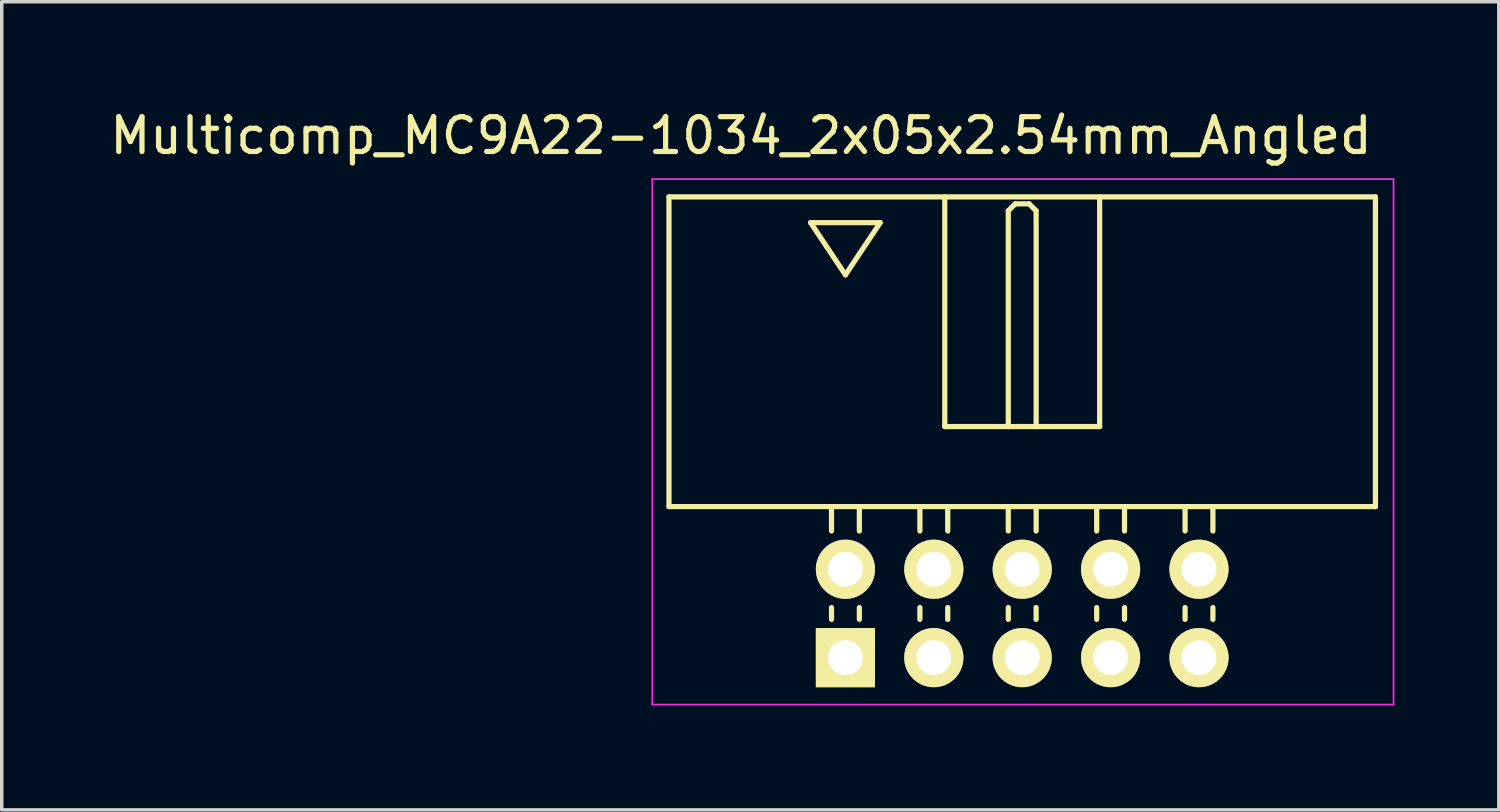
<source format=kicad_pcb>
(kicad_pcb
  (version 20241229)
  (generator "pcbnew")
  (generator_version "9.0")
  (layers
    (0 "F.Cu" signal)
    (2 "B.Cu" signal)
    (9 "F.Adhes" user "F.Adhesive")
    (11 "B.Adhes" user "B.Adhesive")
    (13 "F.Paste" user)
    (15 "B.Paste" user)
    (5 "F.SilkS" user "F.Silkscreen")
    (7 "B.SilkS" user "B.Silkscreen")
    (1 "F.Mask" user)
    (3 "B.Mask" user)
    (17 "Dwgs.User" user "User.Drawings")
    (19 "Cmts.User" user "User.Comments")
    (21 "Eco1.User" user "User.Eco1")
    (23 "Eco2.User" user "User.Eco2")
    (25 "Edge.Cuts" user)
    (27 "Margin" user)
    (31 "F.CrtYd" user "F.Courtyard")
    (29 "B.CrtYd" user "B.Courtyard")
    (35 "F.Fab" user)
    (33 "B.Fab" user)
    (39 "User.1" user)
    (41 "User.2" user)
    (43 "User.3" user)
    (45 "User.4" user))
  (footprint "Multicomp_MC9A22-1034_2x05x2.54mm_Angled"
    (layer "F.Cu")
    (at 21.244 15.848)
    (property "Reference" "Multicomp_MC9A22-1034_2x05x2.54mm_Angled" (at -3 -15 0) (layer "F.SilkS") (effects (font (size 1 1) (thickness 0.15))))
    (attr through_hole)
    (fp_line (start -5.07 -13.24) (end 15.23 -13.24) (stroke (width 0.15) (type solid)) (layer "F.SilkS"))
    (fp_line (start -5.07 -4.34) (end -5.07 -13.24) (stroke (width 0.15) (type solid)) (layer "F.SilkS"))
    (fp_line (start -1 -12.5) (end 1 -12.5) (stroke (width 0.15) (type solid)) (layer "F.SilkS"))
    (fp_line (start -0.4 -3.64) (end -0.4 -4.34) (stroke (width 0.15) (type solid)) (layer "F.SilkS"))
    (fp_line (start -0.4 -1.1) (end -0.4 -1.44) (stroke (width 0.15) (type solid)) (layer "F.SilkS"))
    (fp_line (start 0 -11) (end -1 -12.5) (stroke (width 0.15) (type solid)) (layer "F.SilkS"))
    (fp_line (start 0.4 -3.64) (end 0.4 -4.34) (stroke (width 0.15) (type solid)) (layer "F.SilkS"))
    (fp_line (start 0.4 -1.1) (end 0.4 -1.44) (stroke (width 0.15) (type solid)) (layer "F.SilkS"))
    (fp_line (start 1 -12.5) (end 0 -11) (stroke (width 0.15) (type solid)) (layer "F.SilkS"))
    (fp_line (start 2.14 -3.64) (end 2.14 -4.34) (stroke (width 0.15) (type solid)) (layer "F.SilkS"))
    (fp_line (start 2.14 -1.1) (end 2.14 -1.44) (stroke (width 0.15) (type solid)) (layer "F.SilkS"))
    (fp_line (start 2.855 -13.24) (end 2.855 -6.64) (stroke (width 0.15) (type solid)) (layer "F.SilkS"))
    (fp_line (start 2.855 -6.64) (end 7.305 -6.64) (stroke (width 0.15) (type solid)) (layer "F.SilkS"))
    (fp_line (start 2.94 -3.64) (end 2.94 -4.34) (stroke (width 0.15) (type solid)) (layer "F.SilkS"))
    (fp_line (start 2.94 -1.1) (end 2.94 -1.44) (stroke (width 0.15) (type solid)) (layer "F.SilkS"))
    (fp_line (start 4.68 -12.84) (end 4.88 -13.04) (stroke (width 0.15) (type solid)) (layer "F.SilkS"))
    (fp_line (start 4.68 -6.64) (end 4.68 -12.84) (stroke (width 0.15) (type solid)) (layer "F.SilkS"))
    (fp_line (start 4.68 -3.64) (end 4.68 -4.34) (stroke (width 0.15) (type solid)) (layer "F.SilkS"))
    (fp_line (start 4.68 -1.1) (end 4.68 -1.44) (stroke (width 0.15) (type solid)) (layer "F.SilkS"))
    (fp_line (start 4.88 -13.04) (end 5.28 -13.04) (stroke (width 0.15) (type solid)) (layer "F.SilkS"))
    (fp_line (start 5.28 -13.04) (end 5.48 -12.84) (stroke (width 0.15) (type solid)) (layer "F.SilkS"))
    (fp_line (start 5.48 -12.84) (end 5.48 -6.64) (stroke (width 0.15) (type solid)) (layer "F.SilkS"))
    (fp_line (start 5.48 -3.64) (end 5.48 -4.34) (stroke (width 0.15) (type solid)) (layer "F.SilkS"))
    (fp_line (start 5.48 -1.1) (end 5.48 -1.44) (stroke (width 0.15) (type solid)) (layer "F.SilkS"))
    (fp_line (start 7.22 -3.64) (end 7.22 -4.34) (stroke (width 0.15) (type solid)) (layer "F.SilkS"))
    (fp_line (start 7.22 -1.1) (end 7.22 -1.44) (stroke (width 0.15) (type solid)) (layer "F.SilkS"))
    (fp_line (start 7.305 -6.64) (end 7.305 -13.24) (stroke (width 0.15) (type solid)) (layer "F.SilkS"))
    (fp_line (start 8.02 -3.64) (end 8.02 -4.34) (stroke (width 0.15) (type solid)) (layer "F.SilkS"))
    (fp_line (start 8.02 -1.1) (end 8.02 -1.44) (stroke (width 0.15) (type solid)) (layer "F.SilkS"))
    (fp_line (start 9.76 -3.64) (end 9.76 -4.34) (stroke (width 0.15) (type solid)) (layer "F.SilkS"))
    (fp_line (start 9.76 -1.1) (end 9.76 -1.44) (stroke (width 0.15) (type solid)) (layer "F.SilkS"))
    (fp_line (start 10.56 -3.64) (end 10.56 -4.34) (stroke (width 0.15) (type solid)) (layer "F.SilkS"))
    (fp_line (start 10.56 -1.1) (end 10.56 -1.44) (stroke (width 0.15) (type solid)) (layer "F.SilkS"))
    (fp_line (start 15.23 -13.24) (end 15.23 -4.34) (stroke (width 0.15) (type solid)) (layer "F.SilkS"))
    (fp_line (start 15.23 -4.34) (end -5.07 -4.34) (stroke (width 0.15) (type solid)) (layer "F.SilkS"))
    (fp_line (start -5.55 -13.75) (end 15.75 -13.75) (stroke (width 0.05) (type solid)) (layer "F.CrtYd"))
    (fp_line (start -5.55 1.35) (end -5.55 -13.75) (stroke (width 0.05) (type solid)) (layer "F.CrtYd"))
    (fp_line (start 15.75 -13.75) (end 15.75 1.35) (stroke (width 0.05) (type solid)) (layer "F.CrtYd"))
    (fp_line (start 15.75 1.35) (end -5.55 1.35) (stroke (width 0.05) (type solid)) (layer "F.CrtYd"))
    (pad "1" thru_hole rect (at 0 0) (size 1.7 1.7) (drill 1) (layers "*.Cu" "*.Mask" "F.SilkS"))
    (pad "2" thru_hole circle (at 0 -2.54) (size 1.7 1.7) (drill 1) (layers "*.Cu" "*.Mask" "F.SilkS"))
    (pad "3" thru_hole circle (at 2.54 0) (size 1.7 1.7) (drill 1) (layers "*.Cu" "*.Mask" "F.SilkS"))
    (pad "4" thru_hole circle (at 2.54 -2.54) (size 1.7 1.7) (drill 1) (layers "*.Cu" "*.Mask" "F.SilkS"))
    (pad "5" thru_hole circle (at 5.08 0) (size 1.7 1.7) (drill 1) (layers "*.Cu" "*.Mask" "F.SilkS"))
    (pad "6" thru_hole circle (at 5.08 -2.54) (size 1.7 1.7) (drill 1) (layers "*.Cu" "*.Mask" "F.SilkS"))
    (pad "7" thru_hole circle (at 7.62 0) (size 1.7 1.7) (drill 1) (layers "*.Cu" "*.Mask" "F.SilkS"))
    (pad "8" thru_hole circle (at 7.62 -2.54) (size 1.7 1.7) (drill 1) (layers "*.Cu" "*.Mask" "F.SilkS"))
    (pad "9" thru_hole circle (at 10.16 0) (size 1.7 1.7) (drill 1) (layers "*.Cu" "*.Mask" "F.SilkS"))
    (pad "10" thru_hole circle (at 10.16 -2.54) (size 1.7 1.7) (drill 1) (layers "*.Cu" "*.Mask" "F.SilkS")))
  (gr_rect
    (start -3 -3)
    (end 40.019 20.223)
    (stroke (width 0.1) (type default))
    (fill no)
    (layer "Edge.Cuts")))
</source>
